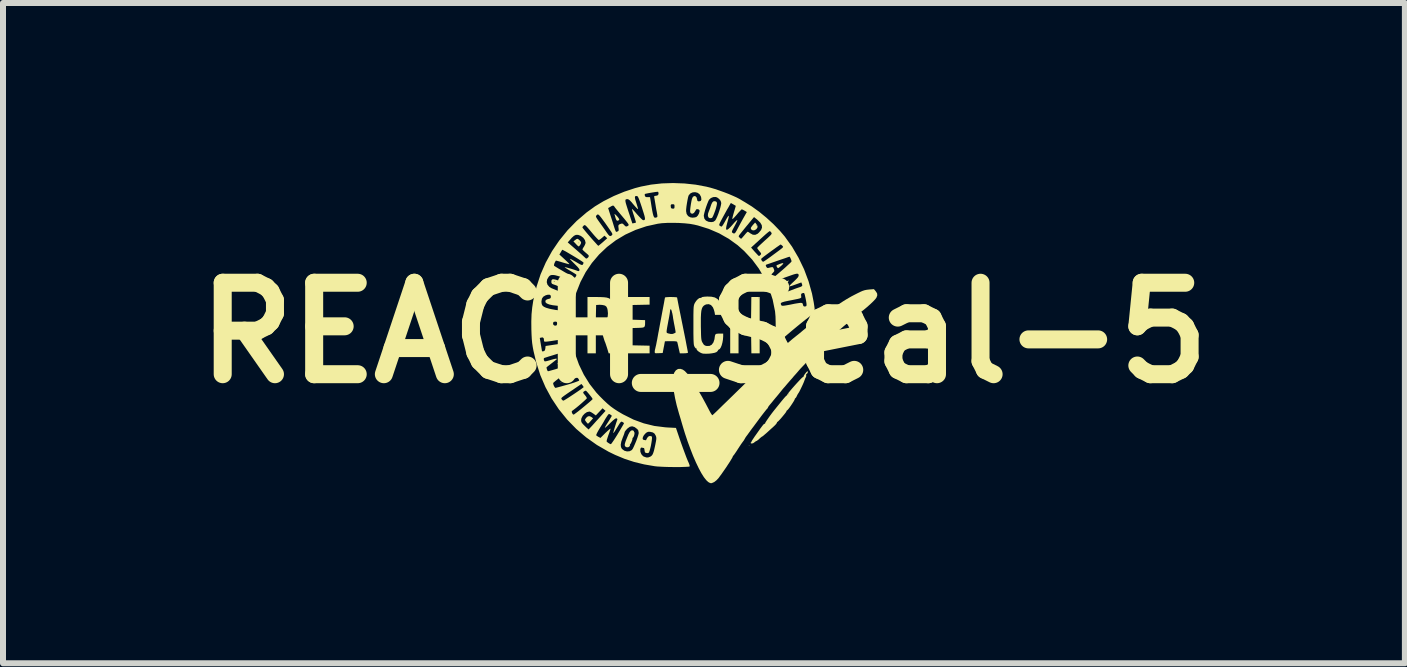
<source format=kicad_pcb>
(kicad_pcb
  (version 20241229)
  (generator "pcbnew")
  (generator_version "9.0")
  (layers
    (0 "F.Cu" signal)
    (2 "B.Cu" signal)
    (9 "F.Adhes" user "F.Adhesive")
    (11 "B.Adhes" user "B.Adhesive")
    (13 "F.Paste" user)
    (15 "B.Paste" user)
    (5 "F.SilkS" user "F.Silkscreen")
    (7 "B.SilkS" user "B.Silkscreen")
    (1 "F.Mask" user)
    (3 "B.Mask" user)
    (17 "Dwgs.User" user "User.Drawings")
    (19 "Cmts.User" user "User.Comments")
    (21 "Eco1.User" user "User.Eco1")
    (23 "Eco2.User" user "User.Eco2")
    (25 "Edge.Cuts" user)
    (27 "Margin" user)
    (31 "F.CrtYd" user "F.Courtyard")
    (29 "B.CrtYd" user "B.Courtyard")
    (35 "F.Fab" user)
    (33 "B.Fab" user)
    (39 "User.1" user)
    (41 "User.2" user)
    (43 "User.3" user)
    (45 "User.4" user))
  (footprint "REACH_Seal-5"
    (layer "F.Cu")
    (at 8.68 2.496)
    (property "Reference" "REACH_Seal-5" (at 0 0 0) (layer "F.SilkS") (effects (font (size 1.524 1.524) (thickness 0.3))))
    (attr board_only exclude_from_pos_files exclude_from_bom)
    (fp_poly (pts (xy -2.378 0.826) (xy -2.383 0.832) (xy -2.389 0.826) (xy -2.383 0.821)) (stroke (width 0) (type solid)) (fill yes) (layer "F.SilkS"))
    (fp_poly (pts (xy 0.757 1.882) (xy 0.752 1.887) (xy 0.746 1.882) (xy 0.752 1.877)) (stroke (width 0) (type solid)) (fill yes) (layer "F.SilkS"))
    (fp_poly (pts (xy -2.269 0.754) (xy -2.261 0.769) (xy -2.261 0.772) (xy -2.27 0.787) (xy -2.294 0.8) (xy -2.325 0.809) (xy -2.343 0.81) (xy -2.363 0.81) (xy -2.363 0.804) (xy -2.35 0.791) (xy -2.317 0.765) (xy -2.289 0.752)) (stroke (width 0) (type solid)) (fill yes) (layer "F.SilkS"))
    (fp_poly (pts (xy -1.484 -1.977) (xy -1.472 -1.967) (xy -1.448 -1.943) (xy -1.426 -1.916) (xy -1.413 -1.894) (xy -1.413 -1.882) (xy -1.419 -1.876) (xy -1.442 -1.867) (xy -1.458 -1.876) (xy -1.47 -1.904) (xy -1.472 -1.909) (xy -1.481 -1.941) (xy -1.488 -1.967) (xy -1.49 -1.971) (xy -1.492 -1.981)) (stroke (width 0) (type solid)) (fill yes) (layer "F.SilkS"))
    (fp_poly (pts (xy 1.322 -1.155) (xy 1.307 -1.136) (xy 1.29 -1.12) (xy 1.263 -1.097) (xy 1.243 -1.082) (xy 1.235 -1.077) (xy 1.224 -1.085) (xy 1.215 -1.099) (xy 1.208 -1.113) (xy 1.208 -1.122) (xy 1.219 -1.13) (xy 1.245 -1.14) (xy 1.256 -1.145) (xy 1.296 -1.159) (xy 1.318 -1.162)) (stroke (width 0) (type solid)) (fill yes) (layer "F.SilkS"))
    (fp_poly (pts (xy -1.872 1.405) (xy -1.848 1.424) (xy -1.888 1.469) (xy -1.91 1.494) (xy -1.927 1.51) (xy -1.933 1.514) (xy -1.943 1.507) (xy -1.959 1.488) (xy -1.961 1.486) (xy -1.976 1.465) (xy -1.983 1.451) (xy -1.983 1.45) (xy -1.977 1.437) (xy -1.963 1.416) (xy -1.961 1.414) (xy -1.933 1.391) (xy -1.902 1.389)) (stroke (width 0) (type solid)) (fill yes) (layer "F.SilkS"))
    (fp_poly (pts (xy 0.873 -1.812) (xy 0.892 -1.782) (xy 0.891 -1.755) (xy 0.874 -1.729) (xy 0.846 -1.711) (xy 0.816 -1.707) (xy 0.791 -1.719) (xy 0.781 -1.735) (xy 0.782 -1.752) (xy 0.798 -1.776) (xy 0.806 -1.786) (xy 0.874 -1.786) (xy 0.88 -1.781) (xy 0.885 -1.786) (xy 0.88 -1.791) (xy 0.874 -1.786) (xy 0.806 -1.786) (xy 0.815 -1.797) (xy 0.852 -1.838)) (stroke (width 0) (type solid)) (fill yes) (layer "F.SilkS"))
    (fp_poly (pts (xy -0.906 -0.47) (xy -1.048 -0.467) (xy -1.189 -0.464) (xy -1.189 -0.219) (xy -0.981 -0.212) (xy -0.981 -0.173) (xy -0.982 -0.134) (xy -0.987 -0.109) (xy -1 -0.094) (xy -1.025 -0.087) (xy -1.065 -0.084) (xy -1.091 -0.083) (xy -1.189 -0.08) (xy -1.189 0.208) (xy -1.048 0.211) (xy -0.906 0.214) (xy -0.906 0.341) (xy -1.333 0.341) (xy -1.333 -0.597) (xy -0.906 -0.597)) (stroke (width 0) (type solid)) (fill yes) (layer "F.SilkS"))
    (fp_poly (pts (xy -2.093 -1.56) (xy -2.071 -1.541) (xy -2.053 -1.519) (xy -2.047 -1.503) (xy -2.053 -1.483) (xy -2.066 -1.46) (xy -2.082 -1.443) (xy -2.09 -1.44) (xy -2.1 -1.447) (xy -2.119 -1.465) (xy -2.135 -1.482) (xy -2.15 -1.498) (xy -2.09 -1.498) (xy -2.085 -1.493) (xy -2.079 -1.498) (xy -2.085 -1.504) (xy -2.09 -1.498) (xy -2.15 -1.498) (xy -2.175 -1.524) (xy -2.147 -1.546) (xy -2.126 -1.561) (xy -2.112 -1.567) (xy -2.111 -1.568)) (stroke (width 0) (type solid)) (fill yes) (layer "F.SilkS"))
    (fp_poly (pts (xy 0.2 -2.189) (xy 0.213 -2.177) (xy 0.217 -2.155) (xy 0.211 -2.12) (xy 0.198 -2.07) (xy 0.187 -2.037) (xy 0.169 -1.988) (xy 0.153 -1.949) (xy 0.139 -1.923) (xy 0.132 -1.915) (xy 0.1 -1.909) (xy 0.077 -1.921) (xy 0.077 -1.922) (xy 0.065 -1.947) (xy 0.067 -1.984) (xy 0.079 -2.019) (xy 0.092 -2.052) (xy 0.106 -2.09) (xy 0.107 -2.095) (xy 0.124 -2.144) (xy 0.14 -2.175) (xy 0.157 -2.191) (xy 0.177 -2.194)) (stroke (width 0) (type solid)) (fill yes) (layer "F.SilkS"))
    (fp_poly (pts (xy 0.576 -0.202) (xy 0.68 -0.205) (xy 0.784 -0.208) (xy 0.787 -0.403) (xy 0.789 -0.581) (xy 0.906 -0.581) (xy 0.912 -0.576) (xy 0.917 -0.581) (xy 0.912 -0.586) (xy 0.906 -0.581) (xy 0.789 -0.581) (xy 0.79 -0.597) (xy 0.928 -0.597) (xy 0.928 0.341) (xy 0.79 0.341) (xy 0.787 0.136) (xy 0.784 -0.069) (xy 0.68 -0.072) (xy 0.576 -0.075) (xy 0.576 0.341) (xy 0.437 0.341) (xy 0.437 -0.117) (xy 0.437 -0.214) (xy 0.437 -0.305) (xy 0.437 -0.386) (xy 0.437 -0.456) (xy 0.437 -0.514) (xy 0.437 -0.555) (xy 0.437 -0.579) (xy 0.437 -0.584) (xy 0.447 -0.588) (xy 0.472 -0.592) (xy 0.506 -0.595) (xy 0.576 -0.598)) (stroke (width 0) (type solid)) (fill yes) (layer "F.SilkS"))
    (fp_poly (pts (xy -2.474 -0.887) (xy -2.424 -0.872) (xy -2.399 -0.863) (xy -2.345 -0.843) (xy -2.309 -0.828) (xy -2.286 -0.815) (xy -2.276 -0.802) (xy -2.274 -0.786) (xy -2.276 -0.77) (xy -2.288 -0.744) (xy -2.311 -0.736) (xy -2.346 -0.743) (xy -2.366 -0.751) (xy -2.395 -0.763) (xy -2.399 -0.765) (xy -2.44 -0.782) (xy -2.467 -0.793) (xy -2.487 -0.8) (xy -2.507 -0.807) (xy -2.511 -0.808) (xy -2.533 -0.818) (xy -2.542 -0.835) (xy -2.543 -0.854) (xy -2.542 -0.86) (xy -2.502 -0.86) (xy -2.501 -0.854) (xy -2.495 -0.853) (xy -2.486 -0.857) (xy -2.488 -0.86) (xy -2.501 -0.861) (xy -2.502 -0.86) (xy -2.542 -0.86) (xy -2.54 -0.877) (xy -2.529 -0.89) (xy -2.508 -0.893)) (stroke (width 0) (type solid)) (fill yes) (layer "F.SilkS"))
    (fp_poly (pts (xy -1.185 1.626) (xy -1.169 1.635) (xy -1.168 1.642) (xy -1.165 1.653) (xy -1.161 1.655) (xy -1.157 1.666) (xy -1.159 1.689) (xy -1.166 1.716) (xy -1.176 1.738) (xy -1.186 1.749) (xy -1.187 1.749) (xy -1.193 1.753) (xy -1.191 1.755) (xy -1.191 1.768) (xy -1.198 1.793) (xy -1.209 1.821) (xy -1.221 1.845) (xy -1.231 1.858) (xy -1.236 1.865) (xy -1.234 1.866) (xy -1.232 1.874) (xy -1.237 1.887) (xy -1.256 1.904) (xy -1.284 1.908) (xy -1.308 1.897) (xy -1.309 1.896) (xy -1.318 1.883) (xy -1.321 1.865) (xy -1.316 1.84) (xy -1.304 1.802) (xy -1.284 1.752) (xy -1.26 1.694) (xy -1.239 1.655) (xy -1.219 1.632) (xy -1.2 1.624)) (stroke (width 0) (type solid)) (fill yes) (layer "F.SilkS"))
    (fp_poly (pts (xy -1.794 -0.597) (xy -1.721 -0.596) (xy -1.665 -0.593) (xy -1.623 -0.588) (xy -1.59 -0.578) (xy -1.562 -0.564) (xy -1.536 -0.544) (xy -1.533 -0.541) (xy -1.492 -0.491) (xy -1.464 -0.43) (xy -1.45 -0.361) (xy -1.451 -0.291) (xy -1.466 -0.223) (xy -1.495 -0.162) (xy -1.524 -0.126) (xy -1.548 -0.101) (xy -1.564 -0.08) (xy -1.568 -0.071) (xy -1.564 -0.058) (xy -1.556 -0.028) (xy -1.544 0.013) (xy -1.529 0.062) (xy -1.512 0.114) (xy -1.496 0.166) (xy -1.481 0.212) (xy -1.469 0.248) (xy -1.461 0.271) (xy -1.46 0.272) (xy -1.447 0.307) (xy -1.443 0.328) (xy -1.453 0.338) (xy -1.479 0.341) (xy -1.513 0.341) (xy -1.588 0.341) (xy -1.611 0.264) (xy -1.625 0.221) (xy -1.638 0.182) (xy -1.648 0.154) (xy -1.649 0.154) (xy -1.66 0.124) (xy -1.672 0.085) (xy -1.679 0.063) (xy -1.689 0.026) (xy -1.698 -0.005) (xy -1.701 -0.018) (xy -1.718 -0.042) (xy -1.748 -0.051) (xy -1.775 -0.047) (xy -1.802 -0.04) (xy -1.802 0.341) (xy -1.941 0.341) (xy -1.941 -0.235) (xy -1.801 -0.235) (xy -1.8 -0.203) (xy -1.798 -0.187) (xy -1.798 -0.187) (xy -1.784 -0.177) (xy -1.757 -0.173) (xy -1.722 -0.174) (xy -1.688 -0.181) (xy -1.668 -0.188) (xy -1.639 -0.207) (xy -1.617 -0.232) (xy -1.615 -0.236) (xy -1.604 -0.274) (xy -1.6 -0.324) (xy -1.605 -0.376) (xy -1.611 -0.405) (xy -1.625 -0.435) (xy -1.646 -0.452) (xy -1.662 -0.458) (xy -1.698 -0.465) (xy -1.74 -0.468) (xy -1.749 -0.467) (xy -1.797 -0.464) (xy -1.8 -0.331) (xy -1.801 -0.279) (xy -1.801 -0.235) (xy -1.941 -0.235) (xy -1.941 -0.597)) (stroke (width 0) (type solid)) (fill yes) (layer "F.SilkS"))
    (fp_poly (pts (xy -0.506 -0.596) (xy -0.471 -0.594) (xy -0.451 -0.591) (xy -0.448 -0.589) (xy -0.446 -0.577) (xy -0.44 -0.546) (xy -0.431 -0.499) (xy -0.419 -0.437) (xy -0.404 -0.364) (xy -0.387 -0.28) (xy -0.369 -0.189) (xy -0.357 -0.131) (xy -0.338 -0.036) (xy -0.32 0.053) (xy -0.304 0.133) (xy -0.291 0.203) (xy -0.28 0.259) (xy -0.272 0.301) (xy -0.267 0.324) (xy -0.267 0.33) (xy -0.277 0.336) (xy -0.305 0.34) (xy -0.334 0.341) (xy -0.402 0.341) (xy -0.421 0.259) (xy -0.43 0.217) (xy -0.438 0.182) (xy -0.444 0.159) (xy -0.444 0.157) (xy -0.449 0.148) (xy -0.461 0.143) (xy -0.485 0.14) (xy -0.523 0.139) (xy -0.55 0.139) (xy -0.593 0.139) (xy -0.627 0.14) (xy -0.647 0.141) (xy -0.651 0.141) (xy -0.653 0.152) (xy -0.658 0.179) (xy -0.665 0.218) (xy -0.67 0.24) (xy -0.688 0.336) (xy -0.755 0.339) (xy -0.791 0.34) (xy -0.811 0.339) (xy -0.819 0.332) (xy -0.821 0.319) (xy -0.821 0.317) (xy -0.818 0.287) (xy -0.811 0.26) (xy -0.806 0.237) (xy -0.797 0.199) (xy -0.788 0.151) (xy -0.779 0.107) (xy -0.771 0.062) (xy -0.76 0.000093) (xy -0.755 -0.024) (xy -0.623 -0.024) (xy -0.622 -0.008) (xy -0.617 0.001) (xy -0.609 0.005) (xy -0.597 0.009) (xy -0.594 0.01) (xy -0.552 0.019) (xy -0.522 0.018) (xy -0.498 0.009) (xy -0.479 -0.001) (xy -0.472 -0.005) (xy -0.473 -0.016) (xy -0.477 -0.043) (xy -0.484 -0.081) (xy -0.489 -0.108) (xy -0.499 -0.158) (xy -0.508 -0.208) (xy -0.515 -0.247) (xy -0.516 -0.258) (xy -0.521 -0.291) (xy -0.526 -0.316) (xy -0.527 -0.322) (xy -0.533 -0.343) (xy -0.538 -0.365) (xy -0.547 -0.388) (xy -0.557 -0.394) (xy -0.564 -0.381) (xy -0.565 -0.37) (xy -0.567 -0.35) (xy -0.572 -0.315) (xy -0.58 -0.268) (xy -0.59 -0.215) (xy -0.591 -0.213) (xy -0.604 -0.141) (xy -0.614 -0.088) (xy -0.62 -0.05) (xy -0.623 -0.024) (xy -0.755 -0.024) (xy -0.746 -0.073) (xy -0.731 -0.154) (xy -0.715 -0.238) (xy -0.704 -0.298) (xy -0.69 -0.373) (xy -0.677 -0.441) (xy -0.666 -0.499) (xy -0.658 -0.545) (xy -0.652 -0.576) (xy -0.65 -0.588) (xy -0.65 -0.588) (xy -0.641 -0.592) (xy -0.614 -0.595) (xy -0.575 -0.597) (xy -0.549 -0.597)) (stroke (width 0) (type solid)) (fill yes) (layer "F.SilkS"))
    (fp_poly (pts (xy 0.126 -0.602) (xy 0.182 -0.589) (xy 0.226 -0.563) (xy 0.261 -0.523) (xy 0.269 -0.511) (xy 0.285 -0.479) (xy 0.299 -0.44) (xy 0.31 -0.4) (xy 0.316 -0.363) (xy 0.317 -0.336) (xy 0.311 -0.322) (xy 0.311 -0.322) (xy 0.303 -0.312) (xy 0.304 -0.308) (xy 0.298 -0.303) (xy 0.275 -0.3) (xy 0.247 -0.299) (xy 0.184 -0.299) (xy 0.177 -0.343) (xy 0.166 -0.383) (xy 0.15 -0.423) (xy 0.147 -0.428) (xy 0.117 -0.463) (xy 0.08 -0.478) (xy 0.037 -0.474) (xy 0.014 -0.464) (xy -0.007 -0.449) (xy -0.023 -0.43) (xy -0.035 -0.403) (xy -0.044 -0.367) (xy -0.049 -0.318) (xy -0.052 -0.254) (xy -0.052 -0.173) (xy -0.052 -0.103) (xy -0.05 -0.028) (xy -0.049 0.03) (xy -0.047 0.072) (xy -0.044 0.103) (xy -0.04 0.126) (xy -0.035 0.143) (xy -0.027 0.159) (xy -0.022 0.167) (xy -0.003 0.197) (xy 0.018 0.212) (xy 0.045 0.219) (xy 0.091 0.218) (xy 0.129 0.198) (xy 0.157 0.16) (xy 0.175 0.106) (xy 0.178 0.081) (xy 0.183 0.047) (xy 0.191 0.026) (xy 0.208 0.016) (xy 0.239 0.013) (xy 0.269 0.013) (xy 0.32 0.013) (xy 0.32 0.062) (xy 0.316 0.114) (xy 0.307 0.164) (xy 0.294 0.211) (xy 0.278 0.248) (xy 0.261 0.271) (xy 0.248 0.277) (xy 0.236 0.286) (xy 0.235 0.291) (xy 0.226 0.305) (xy 0.206 0.322) (xy 0.203 0.323) (xy 0.175 0.333) (xy 0.133 0.341) (xy 0.083 0.347) (xy 0.034 0.348) (xy -0.009 0.347) (xy -0.033 0.342) (xy -0.064 0.328) (xy -0.093 0.309) (xy -0.115 0.289) (xy -0.124 0.273) (xy -0.123 0.269) (xy -0.123 0.26) (xy -0.128 0.261) (xy -0.139 0.257) (xy -0.153 0.239) (xy -0.157 0.232) (xy -0.162 0.221) (xy -0.167 0.206) (xy -0.17 0.186) (xy -0.172 0.158) (xy -0.174 0.12) (xy -0.175 0.07) (xy -0.176 0.004) (xy -0.176 -0.08) (xy -0.176 -0.128) (xy -0.176 -0.22) (xy -0.176 -0.293) (xy -0.175 -0.35) (xy -0.174 -0.394) (xy -0.172 -0.426) (xy -0.169 -0.449) (xy -0.165 -0.467) (xy -0.16 -0.481) (xy -0.154 -0.494) (xy -0.152 -0.498) (xy -0.129 -0.533) (xy -0.103 -0.561) (xy -0.078 -0.579) (xy -0.058 -0.582) (xy -0.057 -0.582) (xy -0.043 -0.585) (xy -0.04 -0.59) (xy -0.027 -0.597) (xy 0.007 -0.602) (xy 0.055 -0.605)) (stroke (width 0) (type solid)) (fill yes) (layer "F.SilkS"))
    (fp_poly (pts (xy 1.732 0.648) (xy 1.728 0.664) (xy 1.717 0.681) (xy 1.708 0.685) (xy 1.702 0.692) (xy 1.703 0.704) (xy 1.703 0.728) (xy 1.698 0.738) (xy 1.688 0.757) (xy 1.677 0.786) (xy 1.674 0.794) (xy 1.664 0.821) (xy 1.648 0.858) (xy 1.629 0.899) (xy 1.609 0.94) (xy 1.591 0.976) (xy 1.576 1.002) (xy 1.568 1.013) (xy 1.56 1.026) (xy 1.548 1.05) (xy 1.547 1.053) (xy 1.535 1.076) (xy 1.525 1.087) (xy 1.524 1.088) (xy 1.515 1.096) (xy 1.514 1.101) (xy 1.509 1.116) (xy 1.494 1.143) (xy 1.473 1.176) (xy 1.449 1.212) (xy 1.425 1.246) (xy 1.404 1.273) (xy 1.39 1.288) (xy 1.386 1.29) (xy 1.376 1.299) (xy 1.375 1.304) (xy 1.369 1.317) (xy 1.352 1.341) (xy 1.327 1.372) (xy 1.299 1.406) (xy 1.271 1.438) (xy 1.247 1.464) (xy 1.23 1.48) (xy 1.225 1.482) (xy 1.216 1.491) (xy 1.216 1.497) (xy 1.208 1.511) (xy 1.189 1.534) (xy 1.164 1.558) (xy 1.102 1.614) (xy 1.054 1.658) (xy 1.018 1.689) (xy 0.994 1.71) (xy 0.978 1.723) (xy 0.97 1.727) (xy 0.97 1.727) (xy 0.959 1.734) (xy 0.938 1.751) (xy 0.923 1.765) (xy 0.899 1.786) (xy 0.88 1.8) (xy 0.874 1.802) (xy 0.86 1.809) (xy 0.842 1.823) (xy 0.821 1.838) (xy 0.799 1.844) (xy 0.783 1.842) (xy 0.778 1.834) (xy 0.784 1.821) (xy 0.786 1.818) (xy 0.789 1.818) (xy 0.794 1.823) (xy 0.8 1.818) (xy 0.794 1.813) (xy 0.789 1.818) (xy 0.786 1.818) (xy 0.8 1.795) (xy 0.824 1.759) (xy 0.852 1.717) (xy 0.854 1.715) (xy 0.9 1.65) (xy 0.935 1.6) (xy 0.962 1.564) (xy 0.981 1.539) (xy 0.994 1.524) (xy 1.004 1.517) (xy 1.011 1.515) (xy 1.02 1.509) (xy 1.019 1.505) (xy 1.024 1.494) (xy 1.039 1.47) (xy 1.062 1.436) (xy 1.09 1.396) (xy 1.122 1.352) (xy 1.155 1.309) (xy 1.186 1.27) (xy 1.212 1.238) (xy 1.213 1.237) (xy 1.225 1.222) (xy 1.247 1.195) (xy 1.275 1.16) (xy 1.297 1.133) (xy 1.327 1.097) (xy 1.352 1.068) (xy 1.37 1.05) (xy 1.377 1.045) (xy 1.386 1.037) (xy 1.386 1.034) (xy 1.393 1.021) (xy 1.395 1.018) (xy 1.408 1.018) (xy 1.413 1.024) (xy 1.418 1.018) (xy 1.413 1.013) (xy 1.408 1.018) (xy 1.395 1.018) (xy 1.411 0.996) (xy 1.438 0.963) (xy 1.472 0.923) (xy 1.509 0.881) (xy 1.547 0.839) (xy 1.583 0.8) (xy 1.614 0.767) (xy 1.639 0.744) (xy 1.653 0.733) (xy 1.656 0.732) (xy 1.662 0.733) (xy 1.66 0.729) (xy 1.663 0.715) (xy 1.676 0.694) (xy 1.694 0.67) (xy 1.712 0.649) (xy 1.727 0.64) (xy 1.728 0.64)) (stroke (width 0) (type solid)) (fill yes) (layer "F.SilkS"))
    (fp_poly (pts (xy 2.861 -0.694) (xy 2.884 -0.659) (xy 2.888 -0.626) (xy 2.875 -0.589) (xy 2.875 -0.589) (xy 2.855 -0.561) (xy 2.82 -0.524) (xy 2.774 -0.48) (xy 2.719 -0.431) (xy 2.658 -0.38) (xy 2.593 -0.33) (xy 2.586 -0.325) (xy 2.549 -0.298) (xy 2.515 -0.27) (xy 2.476 -0.237) (xy 2.454 -0.217) (xy 2.428 -0.195) (xy 2.392 -0.164) (xy 2.352 -0.13) (xy 2.335 -0.116) (xy 2.293 -0.08) (xy 2.255 -0.047) (xy 2.219 -0.015) (xy 2.182 0.018) (xy 2.143 0.055) (xy 2.098 0.099) (xy 2.046 0.15) (xy 1.983 0.212) (xy 1.914 0.28) (xy 1.849 0.345) (xy 1.784 0.412) (xy 1.72 0.478) (xy 1.663 0.539) (xy 1.613 0.591) (xy 1.576 0.633) (xy 1.573 0.637) (xy 1.534 0.682) (xy 1.497 0.723) (xy 1.468 0.758) (xy 1.447 0.781) (xy 1.442 0.787) (xy 1.422 0.81) (xy 1.395 0.841) (xy 1.373 0.867) (xy 1.348 0.897) (xy 1.327 0.92) (xy 1.317 0.932) (xy 1.305 0.946) (xy 1.285 0.971) (xy 1.264 0.997) (xy 1.24 1.027) (xy 1.22 1.051) (xy 1.211 1.062) (xy 1.198 1.077) (xy 1.177 1.102) (xy 1.162 1.12) (xy 1.135 1.154) (xy 1.107 1.187) (xy 1.096 1.2) (xy 1.077 1.224) (xy 1.067 1.242) (xy 1.066 1.245) (xy 1.059 1.259) (xy 1.057 1.26) (xy 1.047 1.27) (xy 1.025 1.297) (xy 0.992 1.339) (xy 0.948 1.396) (xy 0.895 1.468) (xy 0.845 1.535) (xy 0.826 1.561) (xy 0.803 1.591) (xy 0.8 1.595) (xy 0.775 1.629) (xy 0.75 1.664) (xy 0.746 1.669) (xy 0.727 1.696) (xy 0.711 1.717) (xy 0.708 1.721) (xy 0.695 1.739) (xy 0.68 1.765) (xy 0.679 1.767) (xy 0.663 1.794) (xy 0.648 1.814) (xy 0.648 1.814) (xy 0.637 1.829) (xy 0.617 1.857) (xy 0.592 1.895) (xy 0.566 1.935) (xy 0.539 1.977) (xy 0.515 2.012) (xy 0.498 2.036) (xy 0.489 2.046) (xy 0.48 2.058) (xy 0.48 2.062) (xy 0.474 2.076) (xy 0.457 2.105) (xy 0.433 2.145) (xy 0.402 2.192) (xy 0.368 2.244) (xy 0.331 2.297) (xy 0.295 2.349) (xy 0.261 2.395) (xy 0.243 2.42) (xy 0.208 2.457) (xy 0.169 2.487) (xy 0.132 2.503) (xy 0.116 2.506) (xy 0.097 2.5) (xy 0.073 2.487) (xy 0.071 2.486) (xy 0.037 2.454) (xy -0.002 2.404) (xy -0.044 2.337) (xy -0.088 2.255) (xy -0.134 2.159) (xy -0.181 2.051) (xy -0.227 1.933) (xy -0.273 1.808) (xy -0.317 1.676) (xy -0.347 1.578) (xy -0.366 1.514) (xy -0.385 1.448) (xy -0.403 1.388) (xy -0.418 1.339) (xy -0.42 1.331) (xy -0.455 1.206) (xy -0.482 1.087) (xy -0.502 0.977) (xy -0.515 0.878) (xy -0.518 0.793) (xy -0.514 0.725) (xy -0.513 0.717) (xy -0.495 0.662) (xy -0.468 0.624) (xy -0.432 0.602) (xy -0.391 0.6) (xy -0.353 0.613) (xy -0.319 0.637) (xy -0.279 0.679) (xy -0.235 0.734) (xy -0.19 0.801) (xy -0.144 0.875) (xy -0.128 0.904) (xy -0.114 0.928) (xy -0.094 0.963) (xy -0.073 0.997) (xy -0.053 1.031) (xy -0.03 1.071) (xy -0.004 1.119) (xy 0.028 1.178) (xy 0.067 1.252) (xy 0.094 1.304) (xy 0.113 1.338) (xy 0.129 1.362) (xy 0.139 1.373) (xy 0.14 1.373) (xy 0.149 1.365) (xy 0.172 1.344) (xy 0.207 1.311) (xy 0.252 1.267) (xy 0.307 1.213) (xy 0.37 1.152) (xy 0.439 1.085) (xy 0.513 1.013) (xy 0.525 1.001) (xy 0.641 0.888) (xy 0.743 0.787) (xy 0.834 0.7) (xy 0.913 0.622) (xy 0.983 0.555) (xy 1.045 0.495) (xy 1.101 0.442) (xy 1.152 0.395) (xy 1.198 0.351) (xy 1.216 0.335) (xy 1.282 0.274) (xy 1.335 0.226) (xy 1.377 0.188) (xy 1.41 0.158) (xy 1.437 0.135) (xy 1.46 0.115) (xy 1.481 0.097) (xy 1.503 0.08) (xy 1.504 0.079) (xy 1.546 0.045) (xy 1.595 0.006) (xy 1.639 -0.031) (xy 1.641 -0.033) (xy 1.685 -0.069) (xy 1.736 -0.11) (xy 1.798 -0.158) (xy 1.873 -0.215) (xy 1.914 -0.245) (xy 1.948 -0.271) (xy 1.995 -0.304) (xy 2.049 -0.343) (xy 2.105 -0.382) (xy 2.159 -0.42) (xy 2.207 -0.452) (xy 2.243 -0.477) (xy 2.25 -0.481) (xy 2.315 -0.523) (xy 2.368 -0.556) (xy 2.414 -0.583) (xy 2.458 -0.608) (xy 2.506 -0.633) (xy 2.547 -0.654) (xy 2.601 -0.681) (xy 2.642 -0.699) (xy 2.676 -0.71) (xy 2.709 -0.717) (xy 2.745 -0.721) (xy 2.751 -0.722) (xy 2.832 -0.728)) (stroke (width 0) (type solid)) (fill yes) (layer "F.SilkS"))
    (fp_poly (pts (xy -0.325 -2.489) (xy -0.139 -2.469) (xy 0.038 -2.436) (xy 0.107 -2.419) (xy 0.178 -2.398) (xy 0.255 -2.372) (xy 0.336 -2.343) (xy 0.414 -2.313) (xy 0.486 -2.282) (xy 0.548 -2.254) (xy 0.595 -2.229) (xy 0.605 -2.223) (xy 0.628 -2.209) (xy 0.66 -2.19) (xy 0.679 -2.179) (xy 0.797 -2.106) (xy 0.919 -2.018) (xy 1.041 -1.918) (xy 1.158 -1.811) (xy 1.266 -1.699) (xy 1.346 -1.605) (xy 1.468 -1.435) (xy 1.575 -1.252) (xy 1.668 -1.059) (xy 1.743 -0.858) (xy 1.8 -0.655) (xy 1.828 -0.512) (xy 1.838 -0.448) (xy 1.844 -0.401) (xy 1.844 -0.368) (xy 1.839 -0.344) (xy 1.828 -0.326) (xy 1.81 -0.309) (xy 1.794 -0.298) (xy 1.747 -0.263) (xy 1.688 -0.217) (xy 1.619 -0.162) (xy 1.544 -0.101) (xy 1.467 -0.037) (xy 1.39 0.028) (xy 1.317 0.09) (xy 1.251 0.147) (xy 1.216 0.179) (xy 1.193 0.199) (xy 1.176 0.211) (xy 1.172 0.213) (xy 1.171 0.204) (xy 1.173 0.177) (xy 1.178 0.14) (xy 1.181 0.12) (xy 1.188 0.056) (xy 1.193 -0.021) (xy 1.195 -0.106) (xy 1.194 -0.192) (xy 1.192 -0.271) (xy 1.186 -0.339) (xy 1.184 -0.36) (xy 1.158 -0.487) (xy 1.279 -0.487) (xy 1.283 -0.471) (xy 1.29 -0.459) (xy 1.296 -0.453) (xy 1.309 -0.451) (xy 1.331 -0.452) (xy 1.365 -0.457) (xy 1.416 -0.466) (xy 1.447 -0.472) (xy 1.515 -0.486) (xy 1.565 -0.494) (xy 1.6 -0.499) (xy 1.623 -0.499) (xy 1.637 -0.495) (xy 1.644 -0.487) (xy 1.648 -0.474) (xy 1.649 -0.469) (xy 1.657 -0.446) (xy 1.671 -0.439) (xy 1.684 -0.439) (xy 1.702 -0.444) (xy 1.709 -0.457) (xy 1.709 -0.48) (xy 1.705 -0.509) (xy 1.698 -0.551) (xy 1.689 -0.593) (xy 1.68 -0.632) (xy 1.673 -0.655) (xy 1.665 -0.664) (xy 1.654 -0.664) (xy 1.644 -0.662) (xy 1.625 -0.654) (xy 1.618 -0.639) (xy 1.619 -0.616) (xy 1.621 -0.603) (xy 1.621 -0.593) (xy 1.618 -0.585) (xy 1.608 -0.579) (xy 1.59 -0.572) (xy 1.561 -0.565) (xy 1.517 -0.556) (xy 1.458 -0.544) (xy 1.4 -0.533) (xy 1.344 -0.521) (xy 1.307 -0.51) (xy 1.286 -0.5) (xy 1.279 -0.487) (xy 1.158 -0.487) (xy 1.145 -0.552) (xy 1.087 -0.734) (xy 1.036 -0.849) (xy 1.178 -0.849) (xy 1.179 -0.839) (xy 1.179 -0.838) (xy 1.188 -0.816) (xy 1.194 -0.808) (xy 1.206 -0.808) (xy 1.234 -0.814) (xy 1.273 -0.826) (xy 1.306 -0.837) (xy 1.349 -0.852) (xy 1.385 -0.864) (xy 1.408 -0.87) (xy 1.415 -0.87) (xy 1.41 -0.862) (xy 1.392 -0.843) (xy 1.365 -0.817) (xy 1.333 -0.787) (xy 1.3 -0.756) (xy 1.269 -0.729) (xy 1.244 -0.708) (xy 1.229 -0.698) (xy 1.23 -0.688) (xy 1.236 -0.669) (xy 1.244 -0.65) (xy 1.25 -0.64) (xy 1.251 -0.64) (xy 1.262 -0.643) (xy 1.288 -0.652) (xy 1.327 -0.665) (xy 1.372 -0.681) (xy 1.419 -0.697) (xy 1.459 -0.712) (xy 1.487 -0.722) (xy 1.499 -0.727) (xy 1.514 -0.733) (xy 1.542 -0.743) (xy 1.568 -0.752) (xy 1.607 -0.765) (xy 1.629 -0.776) (xy 1.638 -0.787) (xy 1.636 -0.803) (xy 1.633 -0.813) (xy 1.622 -0.84) (xy 1.55 -0.814) (xy 1.494 -0.794) (xy 1.456 -0.781) (xy 1.432 -0.775) (xy 1.421 -0.773) (xy 1.418 -0.776) (xy 1.426 -0.785) (xy 1.445 -0.806) (xy 1.474 -0.834) (xy 1.498 -0.856) (xy 1.539 -0.896) (xy 1.565 -0.925) (xy 1.577 -0.947) (xy 1.578 -0.956) (xy 1.575 -0.976) (xy 1.563 -0.985) (xy 1.539 -0.985) (xy 1.5 -0.975) (xy 1.47 -0.965) (xy 1.425 -0.949) (xy 1.368 -0.929) (xy 1.31 -0.908) (xy 1.282 -0.898) (xy 1.234 -0.881) (xy 1.203 -0.868) (xy 1.185 -0.859) (xy 1.178 -0.849) (xy 1.036 -0.849) (xy 1.01 -0.908) (xy 0.914 -1.071) (xy 0.872 -1.128) (xy 1.029 -1.128) (xy 1.034 -1.11) (xy 1.037 -1.103) (xy 1.051 -1.083) (xy 1.07 -1.081) (xy 1.071 -1.081) (xy 1.11 -1.091) (xy 1.134 -1.095) (xy 1.147 -1.093) (xy 1.155 -1.084) (xy 1.16 -1.072) (xy 1.171 -1.044) (xy 1.169 -1.024) (xy 1.152 -1.004) (xy 1.145 -0.996) (xy 1.126 -0.977) (xy 1.123 -0.96) (xy 1.128 -0.944) (xy 1.14 -0.924) (xy 1.149 -0.917) (xy 1.159 -0.924) (xy 1.183 -0.942) (xy 1.217 -0.97) (xy 1.259 -1.006) (xy 1.306 -1.046) (xy 1.354 -1.088) (xy 1.395 -1.126) (xy 1.429 -1.157) (xy 1.451 -1.179) (xy 1.459 -1.19) (xy 1.457 -1.205) (xy 1.448 -1.229) (xy 1.438 -1.252) (xy 1.428 -1.267) (xy 1.425 -1.269) (xy 1.415 -1.266) (xy 1.388 -1.257) (xy 1.349 -1.243) (xy 1.301 -1.227) (xy 1.248 -1.209) (xy 1.193 -1.19) (xy 1.141 -1.172) (xy 1.096 -1.156) (xy 1.06 -1.144) (xy 1.038 -1.136) (xy 1.037 -1.136) (xy 1.029 -1.128) (xy 0.872 -1.128) (xy 0.801 -1.223) (xy 0.795 -1.229) (xy 0.953 -1.229) (xy 0.958 -1.212) (xy 0.961 -1.206) (xy 0.976 -1.189) (xy 0.986 -1.184) (xy 0.998 -1.19) (xy 1.024 -1.207) (xy 1.06 -1.232) (xy 1.105 -1.264) (xy 1.141 -1.291) (xy 1.202 -1.336) (xy 1.248 -1.37) (xy 1.281 -1.395) (xy 1.302 -1.412) (xy 1.314 -1.424) (xy 1.318 -1.433) (xy 1.316 -1.439) (xy 1.31 -1.446) (xy 1.306 -1.451) (xy 1.288 -1.466) (xy 1.278 -1.472) (xy 1.267 -1.466) (xy 1.243 -1.449) (xy 1.208 -1.425) (xy 1.167 -1.395) (xy 1.122 -1.363) (xy 1.076 -1.329) (xy 1.034 -1.298) (xy 0.998 -1.271) (xy 0.972 -1.25) (xy 0.961 -1.242) (xy 0.953 -1.229) (xy 0.795 -1.229) (xy 0.669 -1.364) (xy 0.605 -1.421) (xy 0.785 -1.421) (xy 0.847 -1.35) (xy 0.876 -1.319) (xy 0.899 -1.294) (xy 0.914 -1.281) (xy 0.917 -1.28) (xy 0.929 -1.287) (xy 0.942 -1.299) (xy 0.951 -1.312) (xy 0.951 -1.324) (xy 0.94 -1.341) (xy 0.922 -1.362) (xy 0.902 -1.388) (xy 0.889 -1.408) (xy 0.886 -1.415) (xy 0.894 -1.424) (xy 0.915 -1.446) (xy 0.947 -1.476) (xy 0.986 -1.512) (xy 1.012 -1.536) (xy 1.059 -1.578) (xy 1.092 -1.609) (xy 1.113 -1.63) (xy 1.124 -1.645) (xy 1.128 -1.656) (xy 1.125 -1.666) (xy 1.122 -1.671) (xy 1.107 -1.689) (xy 1.096 -1.695) (xy 1.085 -1.689) (xy 1.061 -1.67) (xy 1.028 -1.642) (xy 0.989 -1.607) (xy 0.978 -1.597) (xy 0.934 -1.557) (xy 0.892 -1.518) (xy 0.855 -1.485) (xy 0.83 -1.461) (xy 0.828 -1.46) (xy 0.785 -1.421) (xy 0.605 -1.421) (xy 0.56 -1.461) (xy 0.413 -1.567) (xy 0.335 -1.611) (xy 0.579 -1.611) (xy 0.58 -1.603) (xy 0.586 -1.595) (xy 0.592 -1.589) (xy 0.609 -1.573) (xy 0.619 -1.568) (xy 0.628 -1.575) (xy 0.647 -1.596) (xy 0.671 -1.624) (xy 0.673 -1.626) (xy 0.697 -1.655) (xy 0.717 -1.676) (xy 0.728 -1.685) (xy 0.728 -1.685) (xy 0.742 -1.679) (xy 0.764 -1.664) (xy 0.772 -1.658) (xy 0.814 -1.635) (xy 0.854 -1.633) (xy 0.894 -1.651) (xy 0.917 -1.672) (xy 0.952 -1.714) (xy 0.967 -1.754) (xy 0.963 -1.794) (xy 0.939 -1.835) (xy 0.894 -1.88) (xy 0.882 -1.891) (xy 0.834 -1.929) (xy 0.788 -1.874) (xy 0.762 -1.843) (xy 0.741 -1.817) (xy 0.729 -1.802) (xy 0.716 -1.787) (xy 0.694 -1.76) (xy 0.667 -1.727) (xy 0.659 -1.717) (xy 0.623 -1.673) (xy 0.599 -1.643) (xy 0.585 -1.624) (xy 0.579 -1.611) (xy 0.335 -1.611) (xy 0.253 -1.658) (xy 0.081 -1.732) (xy -0.102 -1.789) (xy -0.154 -1.801) (xy 0.254 -1.801) (xy 0.256 -1.791) (xy 0.262 -1.785) (xy 0.263 -1.784) (xy 0.283 -1.773) (xy 0.293 -1.77) (xy 0.303 -1.779) (xy 0.32 -1.803) (xy 0.34 -1.837) (xy 0.35 -1.855) (xy 0.379 -1.907) (xy 0.399 -1.939) (xy 0.41 -1.951) (xy 0.414 -1.944) (xy 0.41 -1.917) (xy 0.398 -1.87) (xy 0.389 -1.837) (xy 0.374 -1.779) (xy 0.368 -1.74) (xy 0.372 -1.719) (xy 0.387 -1.718) (xy 0.411 -1.734) (xy 0.447 -1.769) (xy 0.47 -1.795) (xy 0.51 -1.841) (xy 0.538 -1.869) (xy 0.553 -1.88) (xy 0.556 -1.875) (xy 0.547 -1.852) (xy 0.527 -1.812) (xy 0.515 -1.789) (xy 0.49 -1.742) (xy 0.474 -1.711) (xy 0.466 -1.691) (xy 0.466 -1.678) (xy 0.471 -1.67) (xy 0.475 -1.667) (xy 0.494 -1.656) (xy 0.51 -1.657) (xy 0.525 -1.672) (xy 0.544 -1.704) (xy 0.549 -1.714) (xy 0.578 -1.768) (xy 0.613 -1.833) (xy 0.651 -1.902) (xy 0.688 -1.967) (xy 0.689 -1.969) (xy 0.714 -2.013) (xy 0.676 -2.036) (xy 0.651 -2.05) (xy 0.632 -2.057) (xy 0.629 -2.058) (xy 0.619 -2.05) (xy 0.599 -2.029) (xy 0.571 -1.999) (xy 0.548 -1.971) (xy 0.518 -1.937) (xy 0.494 -1.911) (xy 0.477 -1.897) (xy 0.472 -1.896) (xy 0.473 -1.91) (xy 0.48 -1.94) (xy 0.491 -1.981) (xy 0.5 -2.012) (xy 0.513 -2.055) (xy 0.523 -2.09) (xy 0.529 -2.112) (xy 0.53 -2.117) (xy 0.52 -2.122) (xy 0.499 -2.135) (xy 0.488 -2.141) (xy 0.448 -2.164) (xy 0.422 -2.119) (xy 0.408 -2.093) (xy 0.385 -2.054) (xy 0.358 -2.005) (xy 0.329 -1.952) (xy 0.32 -1.936) (xy 0.291 -1.882) (xy 0.271 -1.844) (xy 0.259 -1.818) (xy 0.254 -1.801) (xy -0.154 -1.801) (xy -0.162 -1.803) (xy -0.234 -1.816) (xy -0.321 -1.825) (xy -0.418 -1.831) (xy -0.517 -1.833) (xy -0.613 -1.832) (xy -0.701 -1.827) (xy -0.769 -1.818) (xy -0.96 -1.776) (xy -1.14 -1.715) (xy -1.31 -1.637) (xy -1.469 -1.542) (xy -1.615 -1.431) (xy -1.748 -1.305) (xy -1.867 -1.165) (xy -1.971 -1.012) (xy -2.058 -0.847) (xy -2.128 -0.67) (xy -2.18 -0.483) (xy -2.188 -0.445) (xy -2.2 -0.366) (xy -2.209 -0.273) (xy -2.213 -0.172) (xy -2.213 -0.069) (xy -2.209 0.029) (xy -2.201 0.116) (xy -2.193 0.165) (xy -2.147 0.351) (xy -2.083 0.529) (xy -2.002 0.697) (xy -1.905 0.853) (xy -1.793 0.996) (xy -1.739 1.054) (xy -1.67 1.123) (xy -1.61 1.179) (xy -1.554 1.226) (xy -1.496 1.268) (xy -1.431 1.31) (xy -1.354 1.355) (xy -1.341 1.362) (xy -1.173 1.446) (xy -1.003 1.508) (xy -0.828 1.551) (xy -0.646 1.574) (xy -0.604 1.577) (xy -0.467 1.584) (xy -0.411 1.749) (xy -0.381 1.836) (xy -0.35 1.922) (xy -0.32 2.003) (xy -0.293 2.075) (xy -0.269 2.134) (xy -0.25 2.176) (xy -0.25 2.178) (xy -0.24 2.205) (xy -0.238 2.223) (xy -0.239 2.226) (xy -0.253 2.23) (xy -0.285 2.232) (xy -0.332 2.234) (xy -0.389 2.236) (xy -0.455 2.236) (xy -0.524 2.236) (xy -0.594 2.235) (xy -0.662 2.233) (xy -0.723 2.23) (xy -0.775 2.227) (xy -0.814 2.223) (xy -0.816 2.223) (xy -0.997 2.192) (xy -1.165 2.151) (xy -1.324 2.099) (xy -1.482 2.033) (xy -1.589 1.981) (xy -1.781 1.87) (xy -1.79 1.864) (xy -1.387 1.864) (xy -1.383 1.903) (xy -1.367 1.934) (xy -1.364 1.936) (xy -1.327 1.964) (xy -1.283 1.976) (xy -1.24 1.973) (xy -1.204 1.954) (xy -1.202 1.952) (xy -1.192 1.939) (xy -1.061 1.939) (xy -1.06 1.981) (xy -1.044 2.022) (xy -1.016 2.054) (xy -1 2.063) (xy -0.961 2.076) (xy -0.929 2.076) (xy -0.894 2.063) (xy -0.875 2.05) (xy -0.859 2.031) (xy -0.846 2.003) (xy -0.833 1.963) (xy -0.82 1.906) (xy -0.811 1.864) (xy -0.801 1.813) (xy -0.795 1.777) (xy -0.794 1.752) (xy -0.797 1.733) (xy -0.803 1.714) (xy -0.804 1.713) (xy -0.823 1.68) (xy -0.851 1.66) (xy -0.893 1.65) (xy -0.901 1.649) (xy -0.93 1.649) (xy -0.954 1.659) (xy -0.977 1.678) (xy -1.001 1.706) (xy -1.017 1.736) (xy -1.019 1.745) (xy -1.022 1.768) (xy -1.013 1.78) (xy -0.997 1.785) (xy -0.975 1.789) (xy -0.966 1.789) (xy -0.946 1.75) (xy -0.927 1.728) (xy -0.905 1.719) (xy -0.903 1.719) (xy -0.877 1.722) (xy -0.867 1.733) (xy -0.866 1.753) (xy -0.869 1.789) (xy -0.876 1.834) (xy -0.885 1.884) (xy -0.897 1.933) (xy -0.903 1.955) (xy -0.913 1.985) (xy -0.923 2) (xy -0.937 2.004) (xy -0.952 2.003) (xy -0.975 1.998) (xy -0.985 1.986) (xy -0.99 1.96) (xy -0.99 1.959) (xy -0.994 1.934) (xy -0.999 1.92) (xy -1 1.919) (xy -1.016 1.917) (xy -1.031 1.913) (xy -1.048 1.912) (xy -1.057 1.926) (xy -1.061 1.939) (xy -1.192 1.939) (xy -1.187 1.932) (xy -1.169 1.896) (xy -1.149 1.85) (xy -1.128 1.8) (xy -1.11 1.75) (xy -1.096 1.706) (xy -1.088 1.674) (xy -1.088 1.664) (xy -1.095 1.625) (xy -1.112 1.603) (xy -1.156 1.57) (xy -1.197 1.557) (xy -1.235 1.565) (xy -1.274 1.593) (xy -1.281 1.6) (xy -1.304 1.626) (xy -1.319 1.647) (xy -1.322 1.656) (xy -1.326 1.671) (xy -1.336 1.701) (xy -1.351 1.738) (xy -1.355 1.749) (xy -1.378 1.813) (xy -1.387 1.864) (xy -1.79 1.864) (xy -1.961 1.743) (xy -2.004 1.707) (xy -1.797 1.707) (xy -1.796 1.707) (xy -1.783 1.718) (xy -1.76 1.733) (xy -1.757 1.734) (xy -1.725 1.751) (xy -1.641 1.667) (xy -1.607 1.635) (xy -1.58 1.611) (xy -1.563 1.598) (xy -1.557 1.597) (xy -1.56 1.612) (xy -1.57 1.642) (xy -1.584 1.682) (xy -1.593 1.705) (xy -1.607 1.747) (xy -1.618 1.782) (xy -1.622 1.804) (xy -1.622 1.81) (xy -1.607 1.825) (xy -1.583 1.841) (xy -1.561 1.853) (xy -1.552 1.855) (xy -1.543 1.847) (xy -1.525 1.822) (xy -1.5 1.786) (xy -1.47 1.739) (xy -1.437 1.686) (xy -1.437 1.685) (xy -1.404 1.631) (xy -1.376 1.583) (xy -1.353 1.544) (xy -1.338 1.518) (xy -1.333 1.506) (xy -1.342 1.495) (xy -1.359 1.485) (xy -1.37 1.48) (xy -1.381 1.482) (xy -1.392 1.492) (xy -1.408 1.514) (xy -1.43 1.55) (xy -1.445 1.574) (xy -1.47 1.614) (xy -1.49 1.646) (xy -1.505 1.666) (xy -1.511 1.67) (xy -1.51 1.659) (xy -1.503 1.632) (xy -1.492 1.594) (xy -1.478 1.549) (xy -1.463 1.501) (xy -1.447 1.456) (xy -1.443 1.444) (xy -1.447 1.43) (xy -1.457 1.424) (xy -1.47 1.426) (xy -1.49 1.438) (xy -1.519 1.462) (xy -1.56 1.501) (xy -1.564 1.506) (xy -1.599 1.539) (xy -1.627 1.565) (xy -1.646 1.58) (xy -1.653 1.583) (xy -1.653 1.583) (xy -1.647 1.569) (xy -1.633 1.543) (xy -1.618 1.519) (xy -1.594 1.482) (xy -1.571 1.445) (xy -1.552 1.412) (xy -1.539 1.39) (xy -1.536 1.382) (xy -1.543 1.374) (xy -1.561 1.361) (xy -1.575 1.353) (xy -1.587 1.354) (xy -1.599 1.366) (xy -1.617 1.392) (xy -1.622 1.4) (xy -1.642 1.431) (xy -1.656 1.455) (xy -1.662 1.466) (xy -1.669 1.479) (xy -1.685 1.506) (xy -1.708 1.543) (xy -1.735 1.586) (xy -1.735 1.586) (xy -1.761 1.63) (xy -1.781 1.667) (xy -1.793 1.694) (xy -1.797 1.707) (xy -2.004 1.707) (xy -2.128 1.601) (xy -2.271 1.454) (xy -2.047 1.454) (xy -2.045 1.476) (xy -2.037 1.496) (xy -2.018 1.52) (xy -1.987 1.551) (xy -1.986 1.552) (xy -1.958 1.579) (xy -1.935 1.599) (xy -1.924 1.61) (xy -1.923 1.61) (xy -1.916 1.603) (xy -1.896 1.582) (xy -1.866 1.55) (xy -1.829 1.509) (xy -1.787 1.462) (xy -1.78 1.455) (xy -1.64 1.3) (xy -1.69 1.257) (xy -1.802 1.376) (xy -1.846 1.344) (xy -1.876 1.325) (xy -1.901 1.313) (xy -1.911 1.312) (xy -1.951 1.321) (xy -1.989 1.347) (xy -2.021 1.382) (xy -2.042 1.423) (xy -2.047 1.454) (xy -2.271 1.454) (xy -2.28 1.445) (xy -2.384 1.316) (xy -2.204 1.316) (xy -2.198 1.336) (xy -2.186 1.355) (xy -2.172 1.363) (xy -2.17 1.363) (xy -2.159 1.355) (xy -2.133 1.336) (xy -2.097 1.309) (xy -2.053 1.274) (xy -2.008 1.237) (xy -1.96 1.197) (xy -1.918 1.162) (xy -1.885 1.133) (xy -1.863 1.113) (xy -1.856 1.104) (xy -1.859 1.095) (xy -1.869 1.079) (xy -1.888 1.054) (xy -1.918 1.017) (xy -1.947 0.983) (xy -1.964 0.966) (xy -1.978 0.964) (xy -1.992 0.972) (xy -2.009 0.984) (xy -2.013 0.996) (xy -2.004 1.013) (xy -1.983 1.038) (xy -1.964 1.063) (xy -1.953 1.084) (xy -1.951 1.089) (xy -1.959 1.099) (xy -1.98 1.12) (xy -2.011 1.148) (xy -2.048 1.181) (xy -2.088 1.215) (xy -2.128 1.248) (xy -2.164 1.276) (xy -2.192 1.297) (xy -2.2 1.303) (xy -2.204 1.316) (xy -2.384 1.316) (xy -2.417 1.276) (xy -2.537 1.096) (xy -2.377 1.096) (xy -2.374 1.104) (xy -2.371 1.108) (xy -2.355 1.125) (xy -2.344 1.13) (xy -2.331 1.125) (xy -2.305 1.109) (xy -2.266 1.085) (xy -2.219 1.054) (xy -2.169 1.021) (xy -2.117 0.986) (xy -2.072 0.955) (xy -2.037 0.93) (xy -2.013 0.912) (xy -2.005 0.905) (xy -2.011 0.892) (xy -2.023 0.875) (xy -2.042 0.852) (xy -2.215 0.969) (xy -2.274 1.009) (xy -2.317 1.039) (xy -2.347 1.061) (xy -2.366 1.076) (xy -2.375 1.087) (xy -2.377 1.096) (xy -2.537 1.096) (xy -2.538 1.095) (xy -2.641 0.905) (xy -2.666 0.847) (xy -2.513 0.847) (xy -2.506 0.871) (xy -2.494 0.896) (xy -2.481 0.914) (xy -2.473 0.917) (xy -2.46 0.914) (xy -2.429 0.906) (xy -2.385 0.894) (xy -2.331 0.879) (xy -2.27 0.862) (xy -2.21 0.844) (xy -2.158 0.827) (xy -2.117 0.812) (xy -2.089 0.801) (xy -2.079 0.794) (xy -2.079 0.794) (xy -2.085 0.777) (xy -2.094 0.763) (xy -2.105 0.751) (xy -2.121 0.749) (xy -2.147 0.757) (xy -2.148 0.757) (xy -2.178 0.764) (xy -2.196 0.758) (xy -2.208 0.737) (xy -2.214 0.715) (xy -2.215 0.694) (xy -2.203 0.676) (xy -2.188 0.664) (xy -2.167 0.645) (xy -2.161 0.63) (xy -2.167 0.612) (xy -2.18 0.593) (xy -2.191 0.586) (xy -2.202 0.593) (xy -2.226 0.61) (xy -2.26 0.635) (xy -2.302 0.666) (xy -2.347 0.701) (xy -2.392 0.736) (xy -2.435 0.77) (xy -2.472 0.799) (xy -2.499 0.822) (xy -2.511 0.833) (xy -2.513 0.847) (xy -2.666 0.847) (xy -2.727 0.705) (xy -2.793 0.497) (xy -2.798 0.477) (xy -2.809 0.434) (xy -2.67 0.434) (xy -2.667 0.455) (xy -2.657 0.473) (xy -2.654 0.475) (xy -2.641 0.475) (xy -2.612 0.469) (xy -2.573 0.458) (xy -2.554 0.452) (xy -2.513 0.44) (xy -2.479 0.432) (xy -2.459 0.43) (xy -2.456 0.43) (xy -2.453 0.44) (xy -2.453 0.441) (xy -2.488 0.468) (xy -2.525 0.497) (xy -2.561 0.525) (xy -2.592 0.549) (xy -2.613 0.566) (xy -2.622 0.572) (xy -2.623 0.584) (xy -2.618 0.605) (xy -2.61 0.627) (xy -2.601 0.639) (xy -2.599 0.64) (xy -2.585 0.637) (xy -2.555 0.629) (xy -2.513 0.617) (xy -2.463 0.603) (xy -2.459 0.601) (xy -2.381 0.578) (xy -2.322 0.56) (xy -2.279 0.545) (xy -2.249 0.534) (xy -2.23 0.526) (xy -2.219 0.518) (xy -2.216 0.511) (xy -2.216 0.504) (xy -2.22 0.484) (xy -2.227 0.473) (xy -2.241 0.469) (xy -2.266 0.474) (xy -2.305 0.485) (xy -2.327 0.492) (xy -2.371 0.505) (xy -2.408 0.515) (xy -2.434 0.52) (xy -2.441 0.52) (xy -2.439 0.513) (xy -2.424 0.496) (xy -2.4 0.473) (xy -2.369 0.446) (xy -2.336 0.419) (xy -2.303 0.396) (xy -2.285 0.383) (xy -2.264 0.363) (xy -2.263 0.339) (xy -2.271 0.321) (xy -2.276 0.314) (xy -2.284 0.311) (xy -2.298 0.311) (xy -2.322 0.316) (xy -2.358 0.325) (xy -2.408 0.34) (xy -2.468 0.358) (xy -2.529 0.377) (xy -2.582 0.393) (xy -2.625 0.407) (xy -2.654 0.416) (xy -2.665 0.421) (xy -2.67 0.434) (xy -2.809 0.434) (xy -2.821 0.383) (xy -2.84 0.304) (xy -2.853 0.235) (xy -2.863 0.169) (xy -2.869 0.103) (xy -2.87 0.085) (xy -2.736 0.085) (xy -2.718 0.194) (xy -2.71 0.24) (xy -2.704 0.277) (xy -2.7 0.3) (xy -2.698 0.307) (xy -2.689 0.309) (xy -2.671 0.306) (xy -2.659 0.301) (xy -2.649 0.286) (xy -2.643 0.259) (xy -2.643 0.256) (xy -2.639 0.219) (xy -2.479 0.195) (xy -2.423 0.187) (xy -2.374 0.18) (xy -2.337 0.175) (xy -2.315 0.172) (xy -2.311 0.171) (xy -2.306 0.162) (xy -2.303 0.139) (xy -2.303 0.139) (xy -2.304 0.125) (xy -2.307 0.115) (xy -2.316 0.11) (xy -2.333 0.108) (xy -2.362 0.11) (xy -2.405 0.115) (xy -2.465 0.124) (xy -2.49 0.128) (xy -2.555 0.138) (xy -2.601 0.144) (xy -2.632 0.147) (xy -2.652 0.147) (xy -2.662 0.143) (xy -2.665 0.135) (xy -2.666 0.123) (xy -2.666 0.118) (xy -2.671 0.089) (xy -2.688 0.076) (xy -2.712 0.079) (xy -2.736 0.085) (xy -2.87 0.085) (xy -2.873 0.031) (xy -2.876 -0.054) (xy -2.876 -0.064) (xy -2.877 -0.161) (xy -2.515 -0.161) (xy -2.51 -0.135) (xy -2.49 -0.121) (xy -2.469 -0.12) (xy -2.453 -0.128) (xy -2.447 -0.15) (xy -2.447 -0.155) (xy -2.45 -0.177) (xy -2.462 -0.186) (xy -2.479 -0.187) (xy -2.503 -0.183) (xy -2.513 -0.169) (xy -2.515 -0.161) (xy -2.877 -0.161) (xy -2.877 -0.195) (xy -2.873 -0.312) (xy -2.862 -0.422) (xy -2.848 -0.514) (xy -2.708 -0.514) (xy -2.704 -0.481) (xy -2.692 -0.455) (xy -2.668 -0.435) (xy -2.631 -0.418) (xy -2.576 -0.402) (xy -2.539 -0.394) (xy -2.468 -0.381) (xy -2.414 -0.375) (xy -2.373 -0.376) (xy -2.343 -0.384) (xy -2.321 -0.399) (xy -2.293 -0.437) (xy -2.283 -0.484) (xy -2.287 -0.517) (xy -2.301 -0.553) (xy -2.332 -0.579) (xy -2.377 -0.597) (xy -2.401 -0.602) (xy -2.414 -0.595) (xy -2.421 -0.58) (xy -2.427 -0.554) (xy -2.419 -0.539) (xy -2.393 -0.53) (xy -2.39 -0.53) (xy -2.361 -0.515) (xy -2.349 -0.489) (xy -2.353 -0.464) (xy -2.359 -0.454) (xy -2.371 -0.45) (xy -2.395 -0.449) (xy -2.434 -0.451) (xy -2.441 -0.451) (xy -2.519 -0.46) (xy -2.579 -0.473) (xy -2.62 -0.49) (xy -2.641 -0.51) (xy -2.642 -0.533) (xy -2.638 -0.541) (xy -2.62 -0.556) (xy -2.592 -0.565) (xy -2.59 -0.565) (xy -2.564 -0.572) (xy -2.553 -0.587) (xy -2.551 -0.599) (xy -2.555 -0.624) (xy -2.575 -0.636) (xy -2.609 -0.634) (xy -2.639 -0.625) (xy -2.678 -0.602) (xy -2.7 -0.57) (xy -2.708 -0.525) (xy -2.708 -0.514) (xy -2.848 -0.514) (xy -2.845 -0.533) (xy -2.82 -0.649) (xy -2.788 -0.774) (xy -2.765 -0.845) (xy -2.62 -0.845) (xy -2.608 -0.803) (xy -2.577 -0.766) (xy -2.541 -0.744) (xy -2.455 -0.709) (xy -2.385 -0.686) (xy -2.328 -0.675) (xy -2.284 -0.675) (xy -2.251 -0.688) (xy -2.237 -0.699) (xy -2.211 -0.737) (xy -2.201 -0.78) (xy -2.207 -0.822) (xy -2.228 -0.857) (xy -2.243 -0.869) (xy -2.28 -0.889) (xy -2.328 -0.91) (xy -2.382 -0.931) (xy -2.435 -0.948) (xy -2.48 -0.96) (xy -2.509 -0.964) (xy -2.544 -0.963) (xy -2.566 -0.955) (xy -2.585 -0.937) (xy -2.586 -0.936) (xy -2.613 -0.891) (xy -2.62 -0.845) (xy -2.765 -0.845) (xy -2.722 -0.976) (xy -2.654 -1.131) (xy -2.499 -1.131) (xy -2.498 -1.118) (xy -2.486 -1.11) (xy -2.46 -1.094) (xy -2.423 -1.071) (xy -2.378 -1.045) (xy -2.329 -1.016) (xy -2.281 -0.988) (xy -2.235 -0.962) (xy -2.197 -0.94) (xy -2.168 -0.925) (xy -2.155 -0.918) (xy -2.154 -0.917) (xy -2.145 -0.925) (xy -2.135 -0.939) (xy -2.126 -0.959) (xy -2.127 -0.969) (xy -2.138 -0.978) (xy -2.163 -0.994) (xy -2.199 -1.016) (xy -2.229 -1.034) (xy -2.268 -1.057) (xy -2.299 -1.077) (xy -2.317 -1.09) (xy -2.321 -1.095) (xy -2.31 -1.094) (xy -2.283 -1.087) (xy -2.247 -1.077) (xy -2.205 -1.065) (xy -2.163 -1.052) (xy -2.126 -1.039) (xy -2.099 -1.029) (xy -2.082 -1.03) (xy -2.075 -1.043) (xy -2.075 -1.056) (xy -2.086 -1.074) (xy -2.108 -1.101) (xy -2.145 -1.138) (xy -2.154 -1.147) (xy -2.187 -1.18) (xy -2.214 -1.208) (xy -2.231 -1.227) (xy -2.235 -1.234) (xy -2.224 -1.231) (xy -2.2 -1.219) (xy -2.165 -1.199) (xy -2.131 -1.18) (xy -2.087 -1.154) (xy -2.057 -1.138) (xy -2.038 -1.131) (xy -2.027 -1.131) (xy -2.019 -1.137) (xy -2.018 -1.139) (xy -2.008 -1.16) (xy -2.007 -1.171) (xy -2.016 -1.179) (xy -2.04 -1.196) (xy -2.076 -1.219) (xy -2.119 -1.246) (xy -2.167 -1.275) (xy -2.216 -1.304) (xy -2.263 -1.332) (xy -2.304 -1.356) (xy -2.337 -1.373) (xy -2.357 -1.383) (xy -2.362 -1.384) (xy -2.368 -1.374) (xy -2.381 -1.352) (xy -2.386 -1.343) (xy -2.409 -1.305) (xy -2.324 -1.227) (xy -2.29 -1.195) (xy -2.263 -1.169) (xy -2.246 -1.151) (xy -2.243 -1.144) (xy -2.254 -1.145) (xy -2.282 -1.152) (xy -2.321 -1.163) (xy -2.356 -1.173) (xy -2.401 -1.187) (xy -2.437 -1.197) (xy -2.461 -1.203) (xy -2.468 -1.203) (xy -2.481 -1.182) (xy -2.493 -1.156) (xy -2.499 -1.131) (xy -2.654 -1.131) (xy -2.636 -1.172) (xy -2.532 -1.361) (xy -2.433 -1.507) (xy -2.27 -1.507) (xy -2.124 -1.38) (xy -2.077 -1.339) (xy -2.036 -1.303) (xy -2.004 -1.273) (xy -1.982 -1.253) (xy -1.974 -1.245) (xy -1.962 -1.237) (xy -1.944 -1.244) (xy -1.927 -1.261) (xy -1.92 -1.275) (xy -1.92 -1.287) (xy -1.931 -1.301) (xy -1.956 -1.323) (xy -1.968 -1.333) (xy -1.996 -1.358) (xy -2.017 -1.378) (xy -2.025 -1.389) (xy -2.025 -1.389) (xy -2.02 -1.403) (xy -2.007 -1.426) (xy -1.999 -1.437) (xy -1.983 -1.468) (xy -1.973 -1.496) (xy -1.973 -1.503) (xy -1.983 -1.544) (xy -2.01 -1.583) (xy -2.05 -1.614) (xy -2.061 -1.619) (xy -2.099 -1.633) (xy -2.133 -1.633) (xy -2.166 -1.617) (xy -2.203 -1.584) (xy -2.221 -1.563) (xy -2.27 -1.507) (xy -2.433 -1.507) (xy -2.41 -1.54) (xy -2.273 -1.709) (xy -2.226 -1.757) (xy -2.026 -1.757) (xy -2.019 -1.746) (xy -2.001 -1.723) (xy -1.974 -1.69) (xy -1.941 -1.651) (xy -1.904 -1.608) (xy -1.867 -1.565) (xy -1.831 -1.525) (xy -1.8 -1.491) (xy -1.777 -1.465) (xy -1.763 -1.452) (xy -1.76 -1.45) (xy -1.75 -1.457) (xy -1.728 -1.475) (xy -1.698 -1.5) (xy -1.683 -1.513) (xy -1.612 -1.576) (xy -1.658 -1.619) (xy -1.699 -1.583) (xy -1.725 -1.562) (xy -1.746 -1.549) (xy -1.753 -1.547) (xy -1.764 -1.555) (xy -1.785 -1.576) (xy -1.814 -1.607) (xy -1.847 -1.645) (xy -1.893 -1.7) (xy -1.928 -1.741) (xy -1.953 -1.769) (xy -1.97 -1.786) (xy -1.983 -1.794) (xy -1.991 -1.795) (xy -1.999 -1.791) (xy -2.006 -1.785) (xy -2.021 -1.768) (xy -2.026 -1.757) (xy -2.226 -1.757) (xy -2.121 -1.865) (xy -2.034 -1.939) (xy -1.8 -1.939) (xy -1.796 -1.926) (xy -1.784 -1.905) (xy -1.764 -1.875) (xy -1.732 -1.83) (xy -1.727 -1.823) (xy -1.694 -1.777) (xy -1.66 -1.729) (xy -1.631 -1.687) (xy -1.62 -1.671) (xy -1.594 -1.636) (xy -1.575 -1.617) (xy -1.559 -1.612) (xy -1.542 -1.62) (xy -1.535 -1.627) (xy -1.528 -1.635) (xy -1.526 -1.644) (xy -1.531 -1.659) (xy -1.544 -1.682) (xy -1.567 -1.715) (xy -1.6 -1.763) (xy -1.648 -1.832) (xy -1.687 -1.885) (xy -1.716 -1.924) (xy -1.738 -1.951) (xy -1.754 -1.966) (xy -1.766 -1.973) (xy -1.776 -1.971) (xy -1.785 -1.964) (xy -1.791 -1.957) (xy -1.798 -1.948) (xy -1.8 -1.939) (xy -2.034 -1.939) (xy -1.955 -2.007) (xy -1.855 -2.079) (xy -1.597 -2.079) (xy -1.557 -1.954) (xy -1.538 -1.896) (xy -1.519 -1.837) (xy -1.503 -1.784) (xy -1.493 -1.752) (xy -1.48 -1.714) (xy -1.471 -1.692) (xy -1.463 -1.683) (xy -1.452 -1.684) (xy -1.443 -1.688) (xy -1.427 -1.697) (xy -1.421 -1.71) (xy -1.422 -1.735) (xy -1.424 -1.749) (xy -1.427 -1.779) (xy -1.423 -1.796) (xy -1.411 -1.806) (xy -1.402 -1.811) (xy -1.373 -1.821) (xy -1.354 -1.819) (xy -1.335 -1.802) (xy -1.331 -1.797) (xy -1.308 -1.775) (xy -1.286 -1.772) (xy -1.264 -1.785) (xy -1.256 -1.792) (xy -1.255 -1.801) (xy -1.261 -1.815) (xy -1.276 -1.836) (xy -1.302 -1.869) (xy -1.328 -1.901) (xy -1.38 -1.963) (xy -1.419 -2.01) (xy -1.449 -2.046) (xy -1.469 -2.071) (xy -1.483 -2.089) (xy -1.491 -2.101) (xy -1.496 -2.108) (xy -1.507 -2.119) (xy -1.521 -2.12) (xy -1.546 -2.109) (xy -1.56 -2.1) (xy -1.597 -2.079) (xy -1.855 -2.079) (xy -1.817 -2.107) (xy -1.673 -2.194) (xy -1.309 -2.194) (xy -1.303 -2.163) (xy -1.29 -2.12) (xy -1.271 -2.06) (xy -1.258 -2.02) (xy -1.238 -1.96) (xy -1.221 -1.907) (xy -1.207 -1.865) (xy -1.198 -1.837) (xy -1.195 -1.825) (xy -1.195 -1.825) (xy -1.186 -1.825) (xy -1.166 -1.828) (xy -1.145 -1.834) (xy -1.133 -1.838) (xy -1.133 -1.839) (xy -1.135 -1.849) (xy -1.143 -1.876) (xy -1.155 -1.914) (xy -1.167 -1.952) (xy -1.182 -1.997) (xy -1.193 -2.034) (xy -1.199 -2.058) (xy -1.2 -2.066) (xy -1.192 -2.06) (xy -1.173 -2.041) (xy -1.146 -2.011) (xy -1.114 -1.974) (xy -1.113 -1.973) (xy -1.079 -1.936) (xy -1.049 -1.905) (xy -1.026 -1.884) (xy -1.014 -1.877) (xy -0.998 -1.878) (xy -0.988 -1.884) (xy -0.983 -1.895) (xy -0.984 -1.916) (xy -0.991 -1.949) (xy -1.005 -1.996) (xy -1.025 -2.059) (xy -1.033 -2.085) (xy -1.056 -2.154) (xy -1.074 -2.206) (xy -1.088 -2.241) (xy -1.099 -2.264) (xy -1.108 -2.276) (xy -1.115 -2.279) (xy -1.137 -2.28) (xy -1.148 -2.272) (xy -1.151 -2.254) (xy -1.145 -2.221) (xy -1.13 -2.172) (xy -1.129 -2.17) (xy -1.116 -2.128) (xy -1.105 -2.092) (xy -1.099 -2.069) (xy -1.098 -2.064) (xy -1.104 -2.063) (xy -1.122 -2.079) (xy -1.152 -2.112) (xy -1.194 -2.161) (xy -1.203 -2.173) (xy -1.236 -2.208) (xy -1.263 -2.226) (xy -1.273 -2.228) (xy -1.291 -2.227) (xy -1.303 -2.223) (xy -1.309 -2.213) (xy -1.309 -2.194) (xy -1.673 -2.194) (xy -1.667 -2.197) (xy -1.502 -2.28) (xy -1.454 -2.3) (xy -0.987 -2.3) (xy -0.985 -2.284) (xy -0.976 -2.268) (xy -0.957 -2.261) (xy -0.939 -2.261) (xy -0.899 -2.261) (xy -0.886 -2.183) (xy -0.873 -2.1) (xy -0.862 -2.035) (xy -0.852 -1.987) (xy -0.843 -1.953) (xy -0.834 -1.932) (xy -0.825 -1.921) (xy -0.813 -1.918) (xy -0.799 -1.921) (xy -0.786 -1.925) (xy -0.778 -1.931) (xy -0.776 -1.943) (xy -0.778 -1.967) (xy -0.785 -2.007) (xy -0.785 -2.008) (xy -0.789 -2.028) (xy -0.298 -2.028) (xy -0.289 -1.981) (xy -0.264 -1.945) (xy -0.225 -1.924) (xy -0.192 -1.919) (xy -0.159 -1.922) (xy -0.132 -1.928) (xy -0.127 -1.93) (xy -0.108 -1.949) (xy -0.003 -1.949) (xy 0.006 -1.904) (xy 0.032 -1.871) (xy 0.074 -1.851) (xy 0.12 -1.845) (xy 0.156 -1.85) (xy 0.184 -1.869) (xy 0.187 -1.872) (xy 0.201 -1.895) (xy 0.219 -1.933) (xy 0.238 -1.981) (xy 0.256 -2.034) (xy 0.272 -2.084) (xy 0.283 -2.129) (xy 0.288 -2.161) (xy 0.288 -2.163) (xy 0.278 -2.199) (xy 0.253 -2.231) (xy 0.219 -2.256) (xy 0.195 -2.264) (xy 0.154 -2.262) (xy 0.115 -2.246) (xy 0.085 -2.218) (xy 0.084 -2.217) (xy 0.07 -2.188) (xy 0.053 -2.146) (xy 0.035 -2.096) (xy 0.019 -2.045) (xy 0.006 -1.998) (xy -0.002 -1.962) (xy -0.003 -1.949) (xy -0.108 -1.949) (xy -0.104 -1.952) (xy -0.084 -1.987) (xy -0.073 -2.025) (xy -0.075 -2.046) (xy -0.091 -2.057) (xy -0.098 -2.059) (xy -0.118 -2.062) (xy -0.131 -2.054) (xy -0.145 -2.03) (xy -0.146 -2.028) (xy -0.167 -1.998) (xy -0.191 -1.985) (xy -0.215 -1.99) (xy -0.223 -1.998) (xy -0.229 -2.011) (xy -0.231 -2.034) (xy -0.228 -2.07) (xy -0.224 -2.103) (xy -0.217 -2.15) (xy -0.209 -2.194) (xy -0.202 -2.226) (xy -0.201 -2.231) (xy -0.186 -2.264) (xy -0.165 -2.279) (xy -0.143 -2.277) (xy -0.124 -2.258) (xy -0.115 -2.225) (xy -0.11 -2.202) (xy -0.097 -2.192) (xy -0.08 -2.191) (xy -0.054 -2.198) (xy -0.043 -2.22) (xy -0.047 -2.256) (xy -0.053 -2.275) (xy -0.074 -2.31) (xy -0.107 -2.334) (xy -0.147 -2.344) (xy -0.187 -2.341) (xy -0.224 -2.325) (xy -0.251 -2.296) (xy -0.258 -2.283) (xy -0.266 -2.254) (xy -0.275 -2.21) (xy -0.284 -2.159) (xy -0.292 -2.106) (xy -0.297 -2.059) (xy -0.298 -2.028) (xy -0.789 -2.028) (xy -0.795 -2.058) (xy -0.804 -2.111) (xy -0.804 -2.113) (xy -0.554 -2.113) (xy -0.551 -2.085) (xy -0.539 -2.072) (xy -0.515 -2.069) (xy -0.498 -2.072) (xy -0.492 -2.085) (xy -0.491 -2.106) (xy -0.492 -2.131) (xy -0.501 -2.141) (xy -0.523 -2.143) (xy -0.545 -2.141) (xy -0.554 -2.128) (xy -0.554 -2.113) (xy -0.804 -2.113) (xy -0.81 -2.149) (xy -0.817 -2.19) (xy -0.823 -2.228) (xy -0.827 -2.247) (xy -0.83 -2.271) (xy -0.825 -2.28) (xy -0.813 -2.282) (xy -0.777 -2.288) (xy -0.76 -2.305) (xy -0.757 -2.32) (xy -0.76 -2.341) (xy -0.765 -2.35) (xy -0.778 -2.35) (xy -0.807 -2.347) (xy -0.845 -2.341) (xy -0.887 -2.334) (xy -0.927 -2.327) (xy -0.961 -2.32) (xy -0.982 -2.315) (xy -0.986 -2.313) (xy -0.987 -2.3) (xy -1.454 -2.3) (xy -1.328 -2.352) (xy -1.15 -2.411) (xy -1.051 -2.437) (xy -0.882 -2.47) (xy -0.701 -2.49) (xy -0.514 -2.496)) (stroke (width 0) (type solid)) (fill yes) (layer "F.SilkS")))
  (gr_rect
    (start -3 -3)
    (end 20.359 8.002)
    (stroke (width 0.1) (type default))
    (fill no)
    (layer "Edge.Cuts")))
</source>
